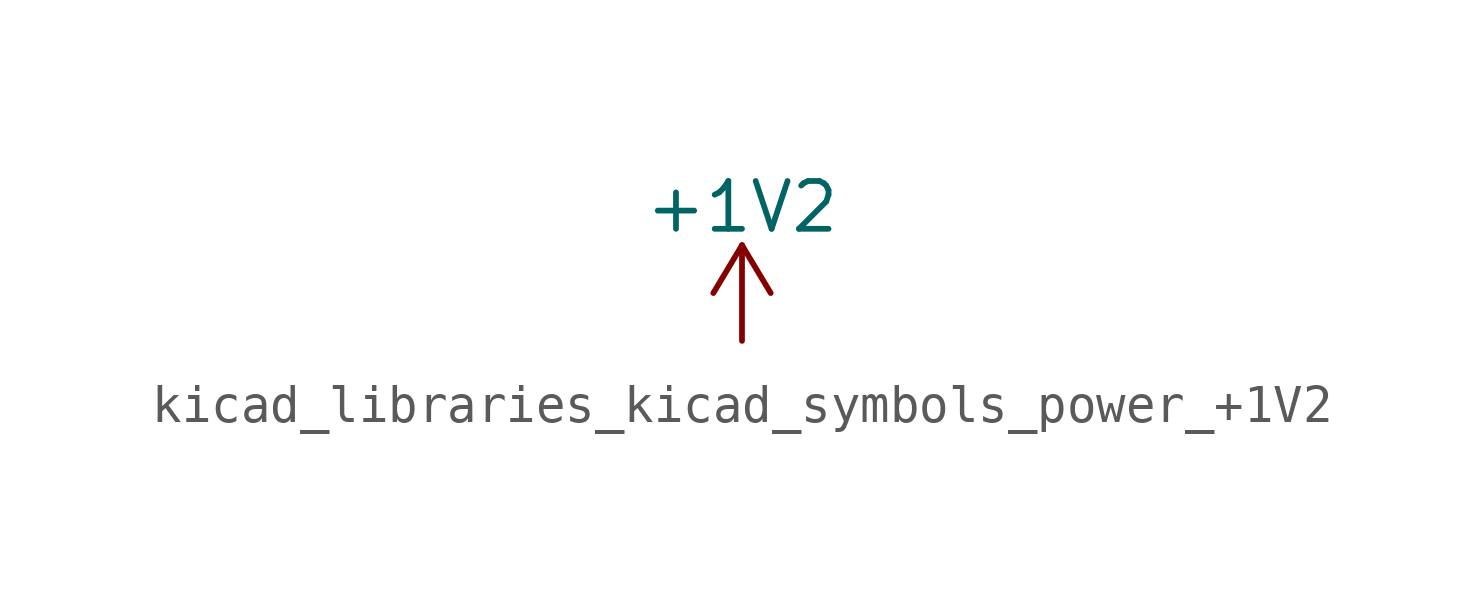
<source format=kicad_sym>
(kicad_symbol_lib
  (version 20220914)
  (generator kicad_symbol_editor)
  (symbol "kicad_libraries_kicad_symbols_power_+1V2"
    (power)
    (pin_names
      (offset 0))
    (property "Reference" "#PWR"
      (at 0 -3.81 0)
      (effects (font (size 1.27 1.27)) hide))
    (property "Value" "+1V2"
      (at 0 3.556 0)
      (effects (font (size 1.27 1.27))))
    (symbol "kicad_libraries_kicad_symbols_power_+1V2_0_1"
      (polyline (pts (xy -0.762 1.27) (xy 0 2.54)) (stroke (width 0) (type default)) (fill (type none)))
      (polyline (pts (xy 0 0) (xy 0 2.54)) (stroke (width 0) (type default)) (fill (type none)))
      (polyline (pts (xy 0 2.54) (xy 0.762 1.27)) (stroke (width 0) (type default)) (fill (type none))))
    (symbol "kicad_libraries_kicad_symbols_power_+1V2_1_1"
      (pin power_in line (at 0 0 90) (length 0) hide (name "+1V2" (effects (font (size 1.27 1.27)))) (number "1" (effects (font (size 1.27 1.27))))))))
</source>
